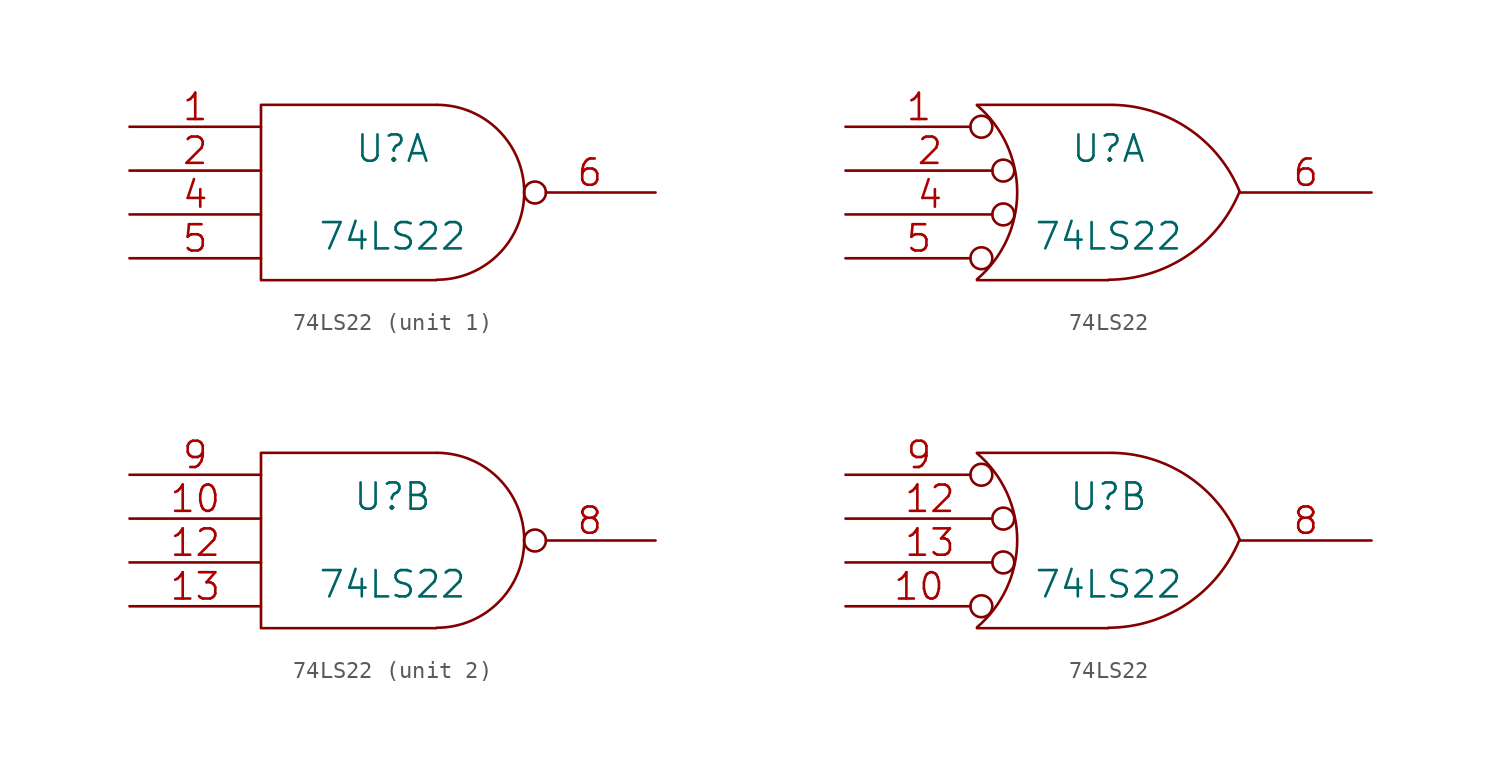
<source format=kicad_sym>
(kicad_symbol_lib
  (version 20241209)
  (generator "kicad_symbol_editor")
  (generator_version "9.0")
  (symbol "74LS22"
    (pin_names
      (offset 0.762))
    (property "Reference" "U"
      (at 0 2.54 0)
      (effects (font (size 1.524 1.524))))
    (property "Value" "74LS22"
      (at 0 -2.54 0)
      (effects (font (size 1.524 1.524))))
    (property "Footprint" ""
      (at 0 0 0)
      (effects (font (size 1.524 1.524))))
    (property "Datasheet" ""
      (at 0 0 0)
      (effects (font (size 1.524 1.524))))
    (symbol "74LS22_0_0"
      (pin power_in line (at -5.08 5.08 90) (length 0) (hide yes) (name "VCC" (effects (font (size 1.524 1.524)))) (number "14" (effects (font (size 1.524 1.524)))))
      (pin power_in line (at -5.08 -5.08 90) (length 0) (hide yes) (name "GND" (effects (font (size 1.524 1.524)))) (number "7" (effects (font (size 1.524 1.524))))))
    (symbol "74LS22_0_1"
      (polyline (pts (xy 2.54 5.08) (xy -7.62 5.08) (xy -7.62 -5.08) (xy 2.54 -5.08)) (stroke (width 0) (type solid)) (fill (type none)))
      (arc (start 2.5654 5.08) (mid 7.6201 0.0001) (end 2.5654 -5.0546) (stroke (width 0) (type solid)) (fill (type none))))
    (symbol "74LS22_0_2"
      (arc (start -7.62 5.0546) (mid -5.2901 0.0083) (end -7.62 -5.0292) (stroke (width 0) (type solid)) (fill (type none)))
      (polyline (pts (xy -7.62 5.08) (xy 0 5.08)) (stroke (width 0) (type solid)) (fill (type none)))
      (polyline (pts (xy -7.62 -5.08) (xy 0 -5.08)) (stroke (width 0) (type solid)) (fill (type none)))
      (arc (start 7.5946 0.0508) (mid 4.5708 -3.6562) (end 0 -5.0546) (stroke (width 0) (type solid)) (fill (type none)))
      (arc (start 0.0508 5.08) (mid 4.6217 3.7074) (end 7.62 0) (stroke (width 0) (type solid)) (fill (type none))))
    (symbol "74LS22_1_1"
      (pin input line (at -15.24 3.81 0) (length 7.62) (name "~" (effects (font (size 1.524 1.524)))) (number "1" (effects (font (size 1.524 1.524)))))
      (pin input line (at -15.24 1.27 0) (length 7.62) (name "~" (effects (font (size 1.524 1.524)))) (number "2" (effects (font (size 1.524 1.524)))))
      (pin input line (at -15.24 -1.27 0) (length 7.62) (name "~" (effects (font (size 1.524 1.524)))) (number "4" (effects (font (size 1.524 1.524)))))
      (pin input line (at -15.24 -3.81 0) (length 7.62) (name "~" (effects (font (size 1.524 1.524)))) (number "5" (effects (font (size 1.524 1.524)))))
      (pin output inverted (at 15.24 0 180) (length 7.62) (name "~" (effects (font (size 1.524 1.524)))) (number "6" (effects (font (size 1.524 1.524))))))
    (symbol "74LS22_1_2"
      (pin input inverted (at -15.24 3.81 0) (length 8.509) (name "~" (effects (font (size 1.524 1.524)))) (number "1" (effects (font (size 1.524 1.524)))))
      (pin input inverted (at -15.24 1.27 0) (length 9.779) (name "~" (effects (font (size 1.524 1.524)))) (number "2" (effects (font (size 1.524 1.524)))))
      (pin output inverted (at -15.24 -1.27 0) (length 9.779) (name "~" (effects (font (size 1.524 1.524)))) (number "4" (effects (font (size 1.524 1.524)))))
      (pin input inverted (at -15.24 -3.81 0) (length 8.509) (name "~" (effects (font (size 1.524 1.524)))) (number "5" (effects (font (size 1.524 1.524)))))
      (pin output line (at 15.24 0 180) (length 7.62) (name "~" (effects (font (size 1.524 1.524)))) (number "6" (effects (font (size 1.524 1.524))))))
    (symbol "74LS22_2_1"
      (pin input line (at -15.24 3.81 0) (length 7.62) (name "~" (effects (font (size 1.524 1.524)))) (number "9" (effects (font (size 1.524 1.524)))))
      (pin input line (at -15.24 1.27 0) (length 7.62) (name "~" (effects (font (size 1.524 1.524)))) (number "10" (effects (font (size 1.524 1.524)))))
      (pin input line (at -15.24 -1.27 0) (length 7.62) (name "~" (effects (font (size 1.524 1.524)))) (number "12" (effects (font (size 1.524 1.524)))))
      (pin input line (at -15.24 -3.81 0) (length 7.62) (name "~" (effects (font (size 1.524 1.524)))) (number "13" (effects (font (size 1.524 1.524)))))
      (pin output inverted (at 15.24 0 180) (length 7.62) (name "~" (effects (font (size 1.524 1.524)))) (number "8" (effects (font (size 1.524 1.524))))))
    (symbol "74LS22_2_2"
      (pin input inverted (at -15.24 3.81 0) (length 8.509) (name "~" (effects (font (size 1.524 1.524)))) (number "9" (effects (font (size 1.524 1.524)))))
      (pin input inverted (at -15.24 1.27 0) (length 9.779) (name "~" (effects (font (size 1.524 1.524)))) (number "12" (effects (font (size 1.524 1.524)))))
      (pin input inverted (at -15.24 -1.27 0) (length 9.779) (name "~" (effects (font (size 1.524 1.524)))) (number "13" (effects (font (size 1.524 1.524)))))
      (pin input inverted (at -15.24 -3.81 0) (length 8.509) (name "~" (effects (font (size 1.524 1.524)))) (number "10" (effects (font (size 1.524 1.524)))))
      (pin output line (at 15.24 0 180) (length 7.62) (name "~" (effects (font (size 1.524 1.524)))) (number "8" (effects (font (size 1.524 1.524))))))))
</source>
